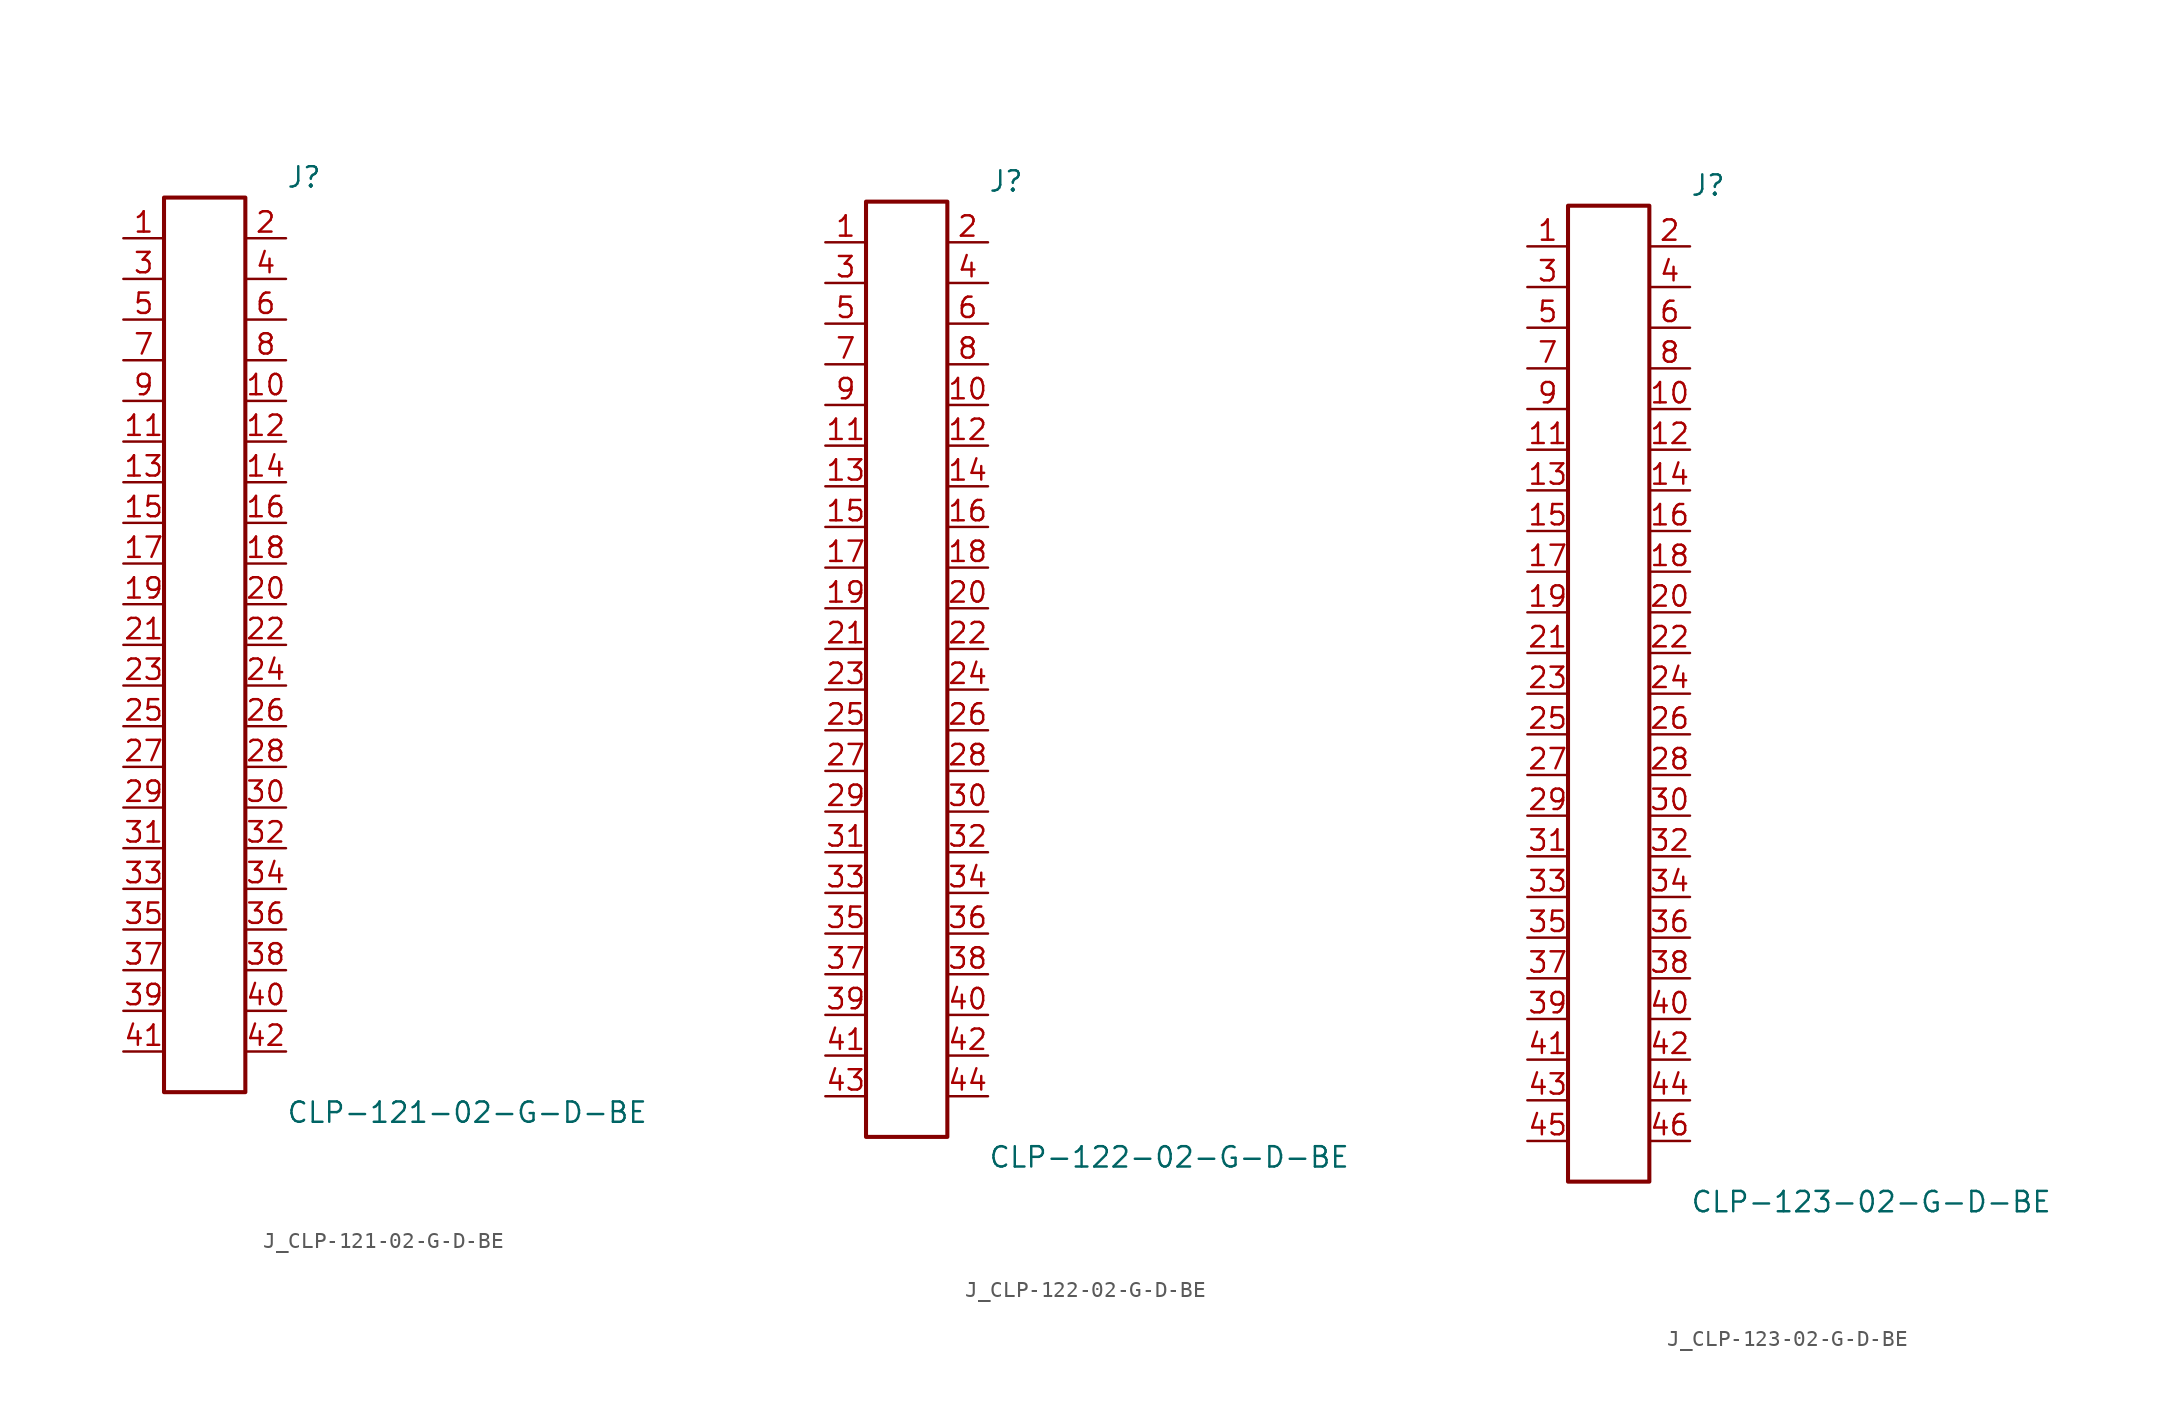
<source format=kicad_sym>
(kicad_symbol_lib
  (version 20231120)
  (generator kicad_symbol_editor)
  (generator_version 8.0)
  (symbol "J_CLP-121-02-G-D-BE"
    (pin_names
      (offset 0.254))
    (property "Reference" "J"
      (at 5.08 29.21 0)
      (effects (font (size 1.27 1.27)) (justify left)))
    (property "Value" "CLP-121-02-G-D-BE"
      (at 5.08 -29.21 0)
      (effects (font (size 1.27 1.27)) (justify left)))
    (symbol "J_CLP-121-02-G-D-BE_0_0"
      (pin passive line (at -5.08 25.4 0) (length 2.54) (name "" (effects (font (size 1.27 1.27)))) (number "1" (effects (font (size 1.27 1.27)))))
      (pin passive line (at 5.08 25.4 180) (length 2.54) (name "" (effects (font (size 1.27 1.27)))) (number "2" (effects (font (size 1.27 1.27)))))
      (pin passive line (at -5.08 22.86 0) (length 2.54) (name "" (effects (font (size 1.27 1.27)))) (number "3" (effects (font (size 1.27 1.27)))))
      (pin passive line (at 5.08 22.86 180) (length 2.54) (name "" (effects (font (size 1.27 1.27)))) (number "4" (effects (font (size 1.27 1.27)))))
      (pin passive line (at -5.08 20.32 0) (length 2.54) (name "" (effects (font (size 1.27 1.27)))) (number "5" (effects (font (size 1.27 1.27)))))
      (pin passive line (at 5.08 20.32 180) (length 2.54) (name "" (effects (font (size 1.27 1.27)))) (number "6" (effects (font (size 1.27 1.27)))))
      (pin passive line (at -5.08 17.78 0) (length 2.54) (name "" (effects (font (size 1.27 1.27)))) (number "7" (effects (font (size 1.27 1.27)))))
      (pin passive line (at 5.08 17.78 180) (length 2.54) (name "" (effects (font (size 1.27 1.27)))) (number "8" (effects (font (size 1.27 1.27)))))
      (pin passive line (at -5.08 15.24 0) (length 2.54) (name "" (effects (font (size 1.27 1.27)))) (number "9" (effects (font (size 1.27 1.27)))))
      (pin passive line (at 5.08 15.24 180) (length 2.54) (name "" (effects (font (size 1.27 1.27)))) (number "10" (effects (font (size 1.27 1.27)))))
      (pin passive line (at -5.08 12.7 0) (length 2.54) (name "" (effects (font (size 1.27 1.27)))) (number "11" (effects (font (size 1.27 1.27)))))
      (pin passive line (at 5.08 12.7 180) (length 2.54) (name "" (effects (font (size 1.27 1.27)))) (number "12" (effects (font (size 1.27 1.27)))))
      (pin passive line (at -5.08 10.16 0) (length 2.54) (name "" (effects (font (size 1.27 1.27)))) (number "13" (effects (font (size 1.27 1.27)))))
      (pin passive line (at 5.08 10.16 180) (length 2.54) (name "" (effects (font (size 1.27 1.27)))) (number "14" (effects (font (size 1.27 1.27)))))
      (pin passive line (at -5.08 7.62 0) (length 2.54) (name "" (effects (font (size 1.27 1.27)))) (number "15" (effects (font (size 1.27 1.27)))))
      (pin passive line (at 5.08 7.62 180) (length 2.54) (name "" (effects (font (size 1.27 1.27)))) (number "16" (effects (font (size 1.27 1.27)))))
      (pin passive line (at -5.08 5.08 0) (length 2.54) (name "" (effects (font (size 1.27 1.27)))) (number "17" (effects (font (size 1.27 1.27)))))
      (pin passive line (at 5.08 5.08 180) (length 2.54) (name "" (effects (font (size 1.27 1.27)))) (number "18" (effects (font (size 1.27 1.27)))))
      (pin passive line (at -5.08 2.54 0) (length 2.54) (name "" (effects (font (size 1.27 1.27)))) (number "19" (effects (font (size 1.27 1.27)))))
      (pin passive line (at 5.08 2.54 180) (length 2.54) (name "" (effects (font (size 1.27 1.27)))) (number "20" (effects (font (size 1.27 1.27)))))
      (pin passive line (at -5.08 0.0 0) (length 2.54) (name "" (effects (font (size 1.27 1.27)))) (number "21" (effects (font (size 1.27 1.27)))))
      (pin passive line (at 5.08 0.0 180) (length 2.54) (name "" (effects (font (size 1.27 1.27)))) (number "22" (effects (font (size 1.27 1.27)))))
      (pin passive line (at -5.08 -2.54 0) (length 2.54) (name "" (effects (font (size 1.27 1.27)))) (number "23" (effects (font (size 1.27 1.27)))))
      (pin passive line (at 5.08 -2.54 180) (length 2.54) (name "" (effects (font (size 1.27 1.27)))) (number "24" (effects (font (size 1.27 1.27)))))
      (pin passive line (at -5.08 -5.08 0) (length 2.54) (name "" (effects (font (size 1.27 1.27)))) (number "25" (effects (font (size 1.27 1.27)))))
      (pin passive line (at 5.08 -5.08 180) (length 2.54) (name "" (effects (font (size 1.27 1.27)))) (number "26" (effects (font (size 1.27 1.27)))))
      (pin passive line (at -5.08 -7.62 0) (length 2.54) (name "" (effects (font (size 1.27 1.27)))) (number "27" (effects (font (size 1.27 1.27)))))
      (pin passive line (at 5.08 -7.62 180) (length 2.54) (name "" (effects (font (size 1.27 1.27)))) (number "28" (effects (font (size 1.27 1.27)))))
      (pin passive line (at -5.08 -10.16 0) (length 2.54) (name "" (effects (font (size 1.27 1.27)))) (number "29" (effects (font (size 1.27 1.27)))))
      (pin passive line (at 5.08 -10.16 180) (length 2.54) (name "" (effects (font (size 1.27 1.27)))) (number "30" (effects (font (size 1.27 1.27)))))
      (pin passive line (at -5.08 -12.7 0) (length 2.54) (name "" (effects (font (size 1.27 1.27)))) (number "31" (effects (font (size 1.27 1.27)))))
      (pin passive line (at 5.08 -12.7 180) (length 2.54) (name "" (effects (font (size 1.27 1.27)))) (number "32" (effects (font (size 1.27 1.27)))))
      (pin passive line (at -5.08 -15.24 0) (length 2.54) (name "" (effects (font (size 1.27 1.27)))) (number "33" (effects (font (size 1.27 1.27)))))
      (pin passive line (at 5.08 -15.24 180) (length 2.54) (name "" (effects (font (size 1.27 1.27)))) (number "34" (effects (font (size 1.27 1.27)))))
      (pin passive line (at -5.08 -17.78 0) (length 2.54) (name "" (effects (font (size 1.27 1.27)))) (number "35" (effects (font (size 1.27 1.27)))))
      (pin passive line (at 5.08 -17.78 180) (length 2.54) (name "" (effects (font (size 1.27 1.27)))) (number "36" (effects (font (size 1.27 1.27)))))
      (pin passive line (at -5.08 -20.32 0) (length 2.54) (name "" (effects (font (size 1.27 1.27)))) (number "37" (effects (font (size 1.27 1.27)))))
      (pin passive line (at 5.08 -20.32 180) (length 2.54) (name "" (effects (font (size 1.27 1.27)))) (number "38" (effects (font (size 1.27 1.27)))))
      (pin passive line (at -5.08 -22.86 0) (length 2.54) (name "" (effects (font (size 1.27 1.27)))) (number "39" (effects (font (size 1.27 1.27)))))
      (pin passive line (at 5.08 -22.86 180) (length 2.54) (name "" (effects (font (size 1.27 1.27)))) (number "40" (effects (font (size 1.27 1.27)))))
      (pin passive line (at -5.08 -25.4 0) (length 2.54) (name "" (effects (font (size 1.27 1.27)))) (number "41" (effects (font (size 1.27 1.27)))))
      (pin passive line (at 5.08 -25.4 180) (length 2.54) (name "" (effects (font (size 1.27 1.27)))) (number "42" (effects (font (size 1.27 1.27))))))
    (symbol "J_CLP-121-02-G-D-BE_1_0"
      (rectangle (start -2.54 27.94) (end 2.54 -27.94) (stroke (width 0.254) (type solid)) (fill (type none)))))
  (symbol "J_CLP-122-02-G-D-BE"
    (pin_names
      (offset 0.254))
    (property "Reference" "J"
      (at 5.08 30.48 0)
      (effects (font (size 1.27 1.27)) (justify left)))
    (property "Value" "CLP-122-02-G-D-BE"
      (at 5.08 -30.48 0)
      (effects (font (size 1.27 1.27)) (justify left)))
    (symbol "J_CLP-122-02-G-D-BE_0_0"
      (pin passive line (at -5.08 26.67 0) (length 2.54) (name "" (effects (font (size 1.27 1.27)))) (number "1" (effects (font (size 1.27 1.27)))))
      (pin passive line (at 5.08 26.67 180) (length 2.54) (name "" (effects (font (size 1.27 1.27)))) (number "2" (effects (font (size 1.27 1.27)))))
      (pin passive line (at -5.08 24.13 0) (length 2.54) (name "" (effects (font (size 1.27 1.27)))) (number "3" (effects (font (size 1.27 1.27)))))
      (pin passive line (at 5.08 24.13 180) (length 2.54) (name "" (effects (font (size 1.27 1.27)))) (number "4" (effects (font (size 1.27 1.27)))))
      (pin passive line (at -5.08 21.59 0) (length 2.54) (name "" (effects (font (size 1.27 1.27)))) (number "5" (effects (font (size 1.27 1.27)))))
      (pin passive line (at 5.08 21.59 180) (length 2.54) (name "" (effects (font (size 1.27 1.27)))) (number "6" (effects (font (size 1.27 1.27)))))
      (pin passive line (at -5.08 19.05 0) (length 2.54) (name "" (effects (font (size 1.27 1.27)))) (number "7" (effects (font (size 1.27 1.27)))))
      (pin passive line (at 5.08 19.05 180) (length 2.54) (name "" (effects (font (size 1.27 1.27)))) (number "8" (effects (font (size 1.27 1.27)))))
      (pin passive line (at -5.08 16.51 0) (length 2.54) (name "" (effects (font (size 1.27 1.27)))) (number "9" (effects (font (size 1.27 1.27)))))
      (pin passive line (at 5.08 16.51 180) (length 2.54) (name "" (effects (font (size 1.27 1.27)))) (number "10" (effects (font (size 1.27 1.27)))))
      (pin passive line (at -5.08 13.97 0) (length 2.54) (name "" (effects (font (size 1.27 1.27)))) (number "11" (effects (font (size 1.27 1.27)))))
      (pin passive line (at 5.08 13.97 180) (length 2.54) (name "" (effects (font (size 1.27 1.27)))) (number "12" (effects (font (size 1.27 1.27)))))
      (pin passive line (at -5.08 11.43 0) (length 2.54) (name "" (effects (font (size 1.27 1.27)))) (number "13" (effects (font (size 1.27 1.27)))))
      (pin passive line (at 5.08 11.43 180) (length 2.54) (name "" (effects (font (size 1.27 1.27)))) (number "14" (effects (font (size 1.27 1.27)))))
      (pin passive line (at -5.08 8.89 0) (length 2.54) (name "" (effects (font (size 1.27 1.27)))) (number "15" (effects (font (size 1.27 1.27)))))
      (pin passive line (at 5.08 8.89 180) (length 2.54) (name "" (effects (font (size 1.27 1.27)))) (number "16" (effects (font (size 1.27 1.27)))))
      (pin passive line (at -5.08 6.35 0) (length 2.54) (name "" (effects (font (size 1.27 1.27)))) (number "17" (effects (font (size 1.27 1.27)))))
      (pin passive line (at 5.08 6.35 180) (length 2.54) (name "" (effects (font (size 1.27 1.27)))) (number "18" (effects (font (size 1.27 1.27)))))
      (pin passive line (at -5.08 3.81 0) (length 2.54) (name "" (effects (font (size 1.27 1.27)))) (number "19" (effects (font (size 1.27 1.27)))))
      (pin passive line (at 5.08 3.81 180) (length 2.54) (name "" (effects (font (size 1.27 1.27)))) (number "20" (effects (font (size 1.27 1.27)))))
      (pin passive line (at -5.08 1.27 0) (length 2.54) (name "" (effects (font (size 1.27 1.27)))) (number "21" (effects (font (size 1.27 1.27)))))
      (pin passive line (at 5.08 1.27 180) (length 2.54) (name "" (effects (font (size 1.27 1.27)))) (number "22" (effects (font (size 1.27 1.27)))))
      (pin passive line (at -5.08 -1.27 0) (length 2.54) (name "" (effects (font (size 1.27 1.27)))) (number "23" (effects (font (size 1.27 1.27)))))
      (pin passive line (at 5.08 -1.27 180) (length 2.54) (name "" (effects (font (size 1.27 1.27)))) (number "24" (effects (font (size 1.27 1.27)))))
      (pin passive line (at -5.08 -3.81 0) (length 2.54) (name "" (effects (font (size 1.27 1.27)))) (number "25" (effects (font (size 1.27 1.27)))))
      (pin passive line (at 5.08 -3.81 180) (length 2.54) (name "" (effects (font (size 1.27 1.27)))) (number "26" (effects (font (size 1.27 1.27)))))
      (pin passive line (at -5.08 -6.35 0) (length 2.54) (name "" (effects (font (size 1.27 1.27)))) (number "27" (effects (font (size 1.27 1.27)))))
      (pin passive line (at 5.08 -6.35 180) (length 2.54) (name "" (effects (font (size 1.27 1.27)))) (number "28" (effects (font (size 1.27 1.27)))))
      (pin passive line (at -5.08 -8.89 0) (length 2.54) (name "" (effects (font (size 1.27 1.27)))) (number "29" (effects (font (size 1.27 1.27)))))
      (pin passive line (at 5.08 -8.89 180) (length 2.54) (name "" (effects (font (size 1.27 1.27)))) (number "30" (effects (font (size 1.27 1.27)))))
      (pin passive line (at -5.08 -11.43 0) (length 2.54) (name "" (effects (font (size 1.27 1.27)))) (number "31" (effects (font (size 1.27 1.27)))))
      (pin passive line (at 5.08 -11.43 180) (length 2.54) (name "" (effects (font (size 1.27 1.27)))) (number "32" (effects (font (size 1.27 1.27)))))
      (pin passive line (at -5.08 -13.97 0) (length 2.54) (name "" (effects (font (size 1.27 1.27)))) (number "33" (effects (font (size 1.27 1.27)))))
      (pin passive line (at 5.08 -13.97 180) (length 2.54) (name "" (effects (font (size 1.27 1.27)))) (number "34" (effects (font (size 1.27 1.27)))))
      (pin passive line (at -5.08 -16.51 0) (length 2.54) (name "" (effects (font (size 1.27 1.27)))) (number "35" (effects (font (size 1.27 1.27)))))
      (pin passive line (at 5.08 -16.51 180) (length 2.54) (name "" (effects (font (size 1.27 1.27)))) (number "36" (effects (font (size 1.27 1.27)))))
      (pin passive line (at -5.08 -19.05 0) (length 2.54) (name "" (effects (font (size 1.27 1.27)))) (number "37" (effects (font (size 1.27 1.27)))))
      (pin passive line (at 5.08 -19.05 180) (length 2.54) (name "" (effects (font (size 1.27 1.27)))) (number "38" (effects (font (size 1.27 1.27)))))
      (pin passive line (at -5.08 -21.59 0) (length 2.54) (name "" (effects (font (size 1.27 1.27)))) (number "39" (effects (font (size 1.27 1.27)))))
      (pin passive line (at 5.08 -21.59 180) (length 2.54) (name "" (effects (font (size 1.27 1.27)))) (number "40" (effects (font (size 1.27 1.27)))))
      (pin passive line (at -5.08 -24.13 0) (length 2.54) (name "" (effects (font (size 1.27 1.27)))) (number "41" (effects (font (size 1.27 1.27)))))
      (pin passive line (at 5.08 -24.13 180) (length 2.54) (name "" (effects (font (size 1.27 1.27)))) (number "42" (effects (font (size 1.27 1.27)))))
      (pin passive line (at -5.08 -26.67 0) (length 2.54) (name "" (effects (font (size 1.27 1.27)))) (number "43" (effects (font (size 1.27 1.27)))))
      (pin passive line (at 5.08 -26.67 180) (length 2.54) (name "" (effects (font (size 1.27 1.27)))) (number "44" (effects (font (size 1.27 1.27))))))
    (symbol "J_CLP-122-02-G-D-BE_1_0"
      (rectangle (start -2.54 29.21) (end 2.54 -29.21) (stroke (width 0.254) (type solid)) (fill (type none)))))
  (symbol "J_CLP-123-02-G-D-BE"
    (pin_names
      (offset 0.254))
    (property "Reference" "J"
      (at 5.08 31.75 0)
      (effects (font (size 1.27 1.27)) (justify left)))
    (property "Value" "CLP-123-02-G-D-BE"
      (at 5.08 -31.75 0)
      (effects (font (size 1.27 1.27)) (justify left)))
    (symbol "J_CLP-123-02-G-D-BE_0_0"
      (pin passive line (at -5.08 27.94 0) (length 2.54) (name "" (effects (font (size 1.27 1.27)))) (number "1" (effects (font (size 1.27 1.27)))))
      (pin passive line (at 5.08 27.94 180) (length 2.54) (name "" (effects (font (size 1.27 1.27)))) (number "2" (effects (font (size 1.27 1.27)))))
      (pin passive line (at -5.08 25.4 0) (length 2.54) (name "" (effects (font (size 1.27 1.27)))) (number "3" (effects (font (size 1.27 1.27)))))
      (pin passive line (at 5.08 25.4 180) (length 2.54) (name "" (effects (font (size 1.27 1.27)))) (number "4" (effects (font (size 1.27 1.27)))))
      (pin passive line (at -5.08 22.86 0) (length 2.54) (name "" (effects (font (size 1.27 1.27)))) (number "5" (effects (font (size 1.27 1.27)))))
      (pin passive line (at 5.08 22.86 180) (length 2.54) (name "" (effects (font (size 1.27 1.27)))) (number "6" (effects (font (size 1.27 1.27)))))
      (pin passive line (at -5.08 20.32 0) (length 2.54) (name "" (effects (font (size 1.27 1.27)))) (number "7" (effects (font (size 1.27 1.27)))))
      (pin passive line (at 5.08 20.32 180) (length 2.54) (name "" (effects (font (size 1.27 1.27)))) (number "8" (effects (font (size 1.27 1.27)))))
      (pin passive line (at -5.08 17.78 0) (length 2.54) (name "" (effects (font (size 1.27 1.27)))) (number "9" (effects (font (size 1.27 1.27)))))
      (pin passive line (at 5.08 17.78 180) (length 2.54) (name "" (effects (font (size 1.27 1.27)))) (number "10" (effects (font (size 1.27 1.27)))))
      (pin passive line (at -5.08 15.24 0) (length 2.54) (name "" (effects (font (size 1.27 1.27)))) (number "11" (effects (font (size 1.27 1.27)))))
      (pin passive line (at 5.08 15.24 180) (length 2.54) (name "" (effects (font (size 1.27 1.27)))) (number "12" (effects (font (size 1.27 1.27)))))
      (pin passive line (at -5.08 12.7 0) (length 2.54) (name "" (effects (font (size 1.27 1.27)))) (number "13" (effects (font (size 1.27 1.27)))))
      (pin passive line (at 5.08 12.7 180) (length 2.54) (name "" (effects (font (size 1.27 1.27)))) (number "14" (effects (font (size 1.27 1.27)))))
      (pin passive line (at -5.08 10.16 0) (length 2.54) (name "" (effects (font (size 1.27 1.27)))) (number "15" (effects (font (size 1.27 1.27)))))
      (pin passive line (at 5.08 10.16 180) (length 2.54) (name "" (effects (font (size 1.27 1.27)))) (number "16" (effects (font (size 1.27 1.27)))))
      (pin passive line (at -5.08 7.62 0) (length 2.54) (name "" (effects (font (size 1.27 1.27)))) (number "17" (effects (font (size 1.27 1.27)))))
      (pin passive line (at 5.08 7.62 180) (length 2.54) (name "" (effects (font (size 1.27 1.27)))) (number "18" (effects (font (size 1.27 1.27)))))
      (pin passive line (at -5.08 5.08 0) (length 2.54) (name "" (effects (font (size 1.27 1.27)))) (number "19" (effects (font (size 1.27 1.27)))))
      (pin passive line (at 5.08 5.08 180) (length 2.54) (name "" (effects (font (size 1.27 1.27)))) (number "20" (effects (font (size 1.27 1.27)))))
      (pin passive line (at -5.08 2.54 0) (length 2.54) (name "" (effects (font (size 1.27 1.27)))) (number "21" (effects (font (size 1.27 1.27)))))
      (pin passive line (at 5.08 2.54 180) (length 2.54) (name "" (effects (font (size 1.27 1.27)))) (number "22" (effects (font (size 1.27 1.27)))))
      (pin passive line (at -5.08 0.0 0) (length 2.54) (name "" (effects (font (size 1.27 1.27)))) (number "23" (effects (font (size 1.27 1.27)))))
      (pin passive line (at 5.08 0.0 180) (length 2.54) (name "" (effects (font (size 1.27 1.27)))) (number "24" (effects (font (size 1.27 1.27)))))
      (pin passive line (at -5.08 -2.54 0) (length 2.54) (name "" (effects (font (size 1.27 1.27)))) (number "25" (effects (font (size 1.27 1.27)))))
      (pin passive line (at 5.08 -2.54 180) (length 2.54) (name "" (effects (font (size 1.27 1.27)))) (number "26" (effects (font (size 1.27 1.27)))))
      (pin passive line (at -5.08 -5.08 0) (length 2.54) (name "" (effects (font (size 1.27 1.27)))) (number "27" (effects (font (size 1.27 1.27)))))
      (pin passive line (at 5.08 -5.08 180) (length 2.54) (name "" (effects (font (size 1.27 1.27)))) (number "28" (effects (font (size 1.27 1.27)))))
      (pin passive line (at -5.08 -7.62 0) (length 2.54) (name "" (effects (font (size 1.27 1.27)))) (number "29" (effects (font (size 1.27 1.27)))))
      (pin passive line (at 5.08 -7.62 180) (length 2.54) (name "" (effects (font (size 1.27 1.27)))) (number "30" (effects (font (size 1.27 1.27)))))
      (pin passive line (at -5.08 -10.16 0) (length 2.54) (name "" (effects (font (size 1.27 1.27)))) (number "31" (effects (font (size 1.27 1.27)))))
      (pin passive line (at 5.08 -10.16 180) (length 2.54) (name "" (effects (font (size 1.27 1.27)))) (number "32" (effects (font (size 1.27 1.27)))))
      (pin passive line (at -5.08 -12.7 0) (length 2.54) (name "" (effects (font (size 1.27 1.27)))) (number "33" (effects (font (size 1.27 1.27)))))
      (pin passive line (at 5.08 -12.7 180) (length 2.54) (name "" (effects (font (size 1.27 1.27)))) (number "34" (effects (font (size 1.27 1.27)))))
      (pin passive line (at -5.08 -15.24 0) (length 2.54) (name "" (effects (font (size 1.27 1.27)))) (number "35" (effects (font (size 1.27 1.27)))))
      (pin passive line (at 5.08 -15.24 180) (length 2.54) (name "" (effects (font (size 1.27 1.27)))) (number "36" (effects (font (size 1.27 1.27)))))
      (pin passive line (at -5.08 -17.78 0) (length 2.54) (name "" (effects (font (size 1.27 1.27)))) (number "37" (effects (font (size 1.27 1.27)))))
      (pin passive line (at 5.08 -17.78 180) (length 2.54) (name "" (effects (font (size 1.27 1.27)))) (number "38" (effects (font (size 1.27 1.27)))))
      (pin passive line (at -5.08 -20.32 0) (length 2.54) (name "" (effects (font (size 1.27 1.27)))) (number "39" (effects (font (size 1.27 1.27)))))
      (pin passive line (at 5.08 -20.32 180) (length 2.54) (name "" (effects (font (size 1.27 1.27)))) (number "40" (effects (font (size 1.27 1.27)))))
      (pin passive line (at -5.08 -22.86 0) (length 2.54) (name "" (effects (font (size 1.27 1.27)))) (number "41" (effects (font (size 1.27 1.27)))))
      (pin passive line (at 5.08 -22.86 180) (length 2.54) (name "" (effects (font (size 1.27 1.27)))) (number "42" (effects (font (size 1.27 1.27)))))
      (pin passive line (at -5.08 -25.4 0) (length 2.54) (name "" (effects (font (size 1.27 1.27)))) (number "43" (effects (font (size 1.27 1.27)))))
      (pin passive line (at 5.08 -25.4 180) (length 2.54) (name "" (effects (font (size 1.27 1.27)))) (number "44" (effects (font (size 1.27 1.27)))))
      (pin passive line (at -5.08 -27.94 0) (length 2.54) (name "" (effects (font (size 1.27 1.27)))) (number "45" (effects (font (size 1.27 1.27)))))
      (pin passive line (at 5.08 -27.94 180) (length 2.54) (name "" (effects (font (size 1.27 1.27)))) (number "46" (effects (font (size 1.27 1.27))))))
    (symbol "J_CLP-123-02-G-D-BE_1_0"
      (rectangle (start -2.54 30.48) (end 2.54 -30.48) (stroke (width 0.254) (type solid)) (fill (type none))))))
</source>
